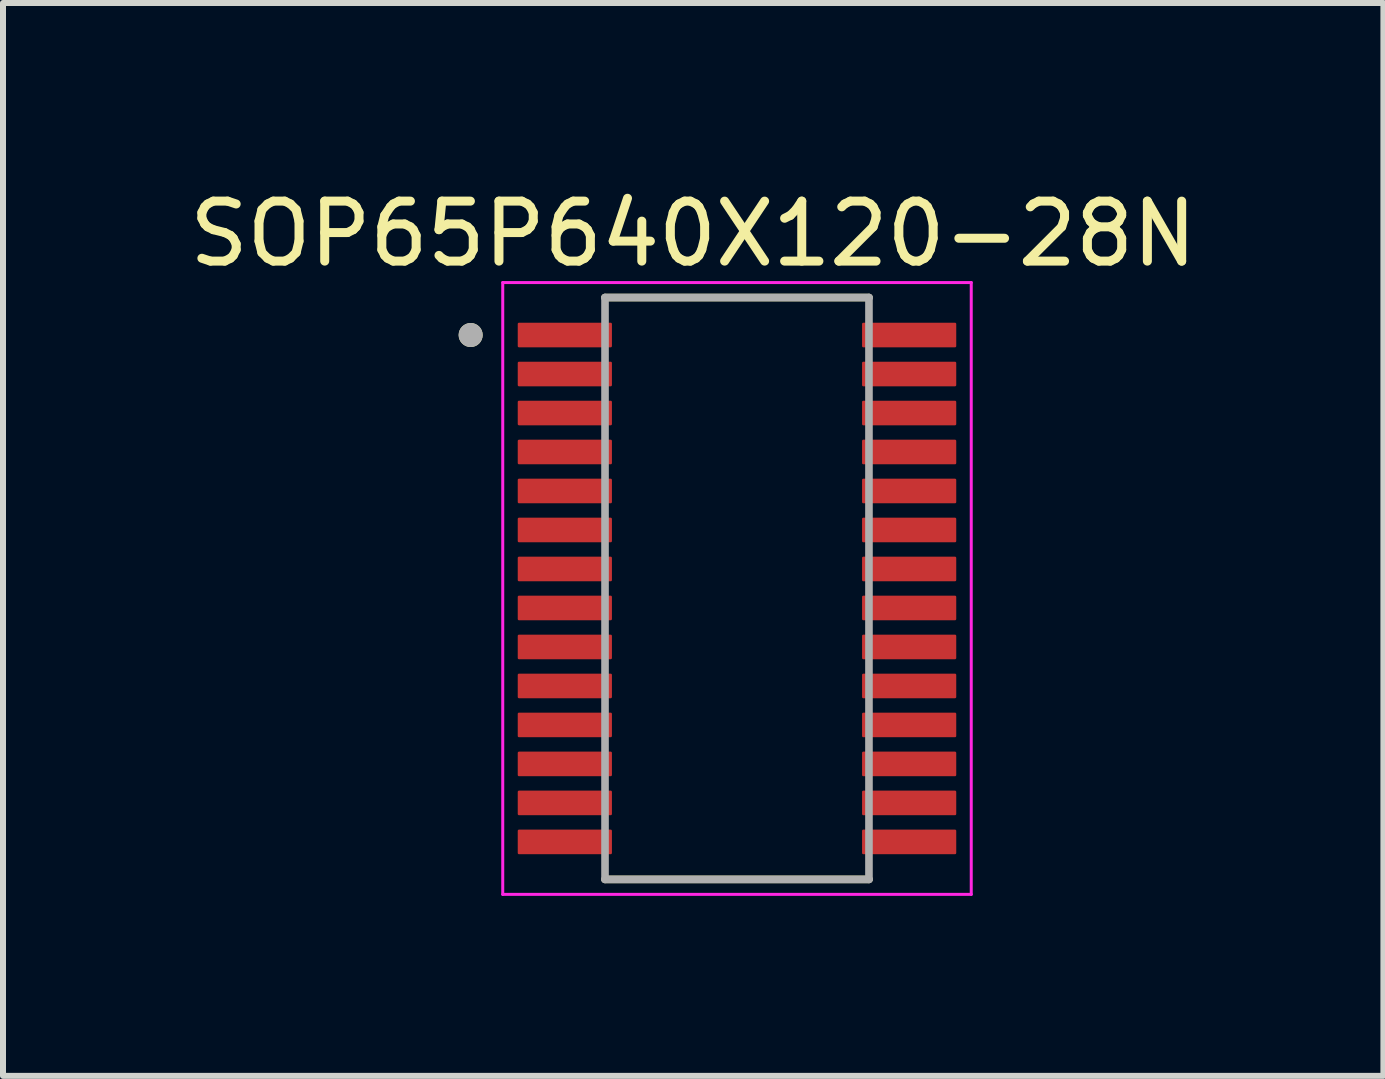
<source format=kicad_pcb>
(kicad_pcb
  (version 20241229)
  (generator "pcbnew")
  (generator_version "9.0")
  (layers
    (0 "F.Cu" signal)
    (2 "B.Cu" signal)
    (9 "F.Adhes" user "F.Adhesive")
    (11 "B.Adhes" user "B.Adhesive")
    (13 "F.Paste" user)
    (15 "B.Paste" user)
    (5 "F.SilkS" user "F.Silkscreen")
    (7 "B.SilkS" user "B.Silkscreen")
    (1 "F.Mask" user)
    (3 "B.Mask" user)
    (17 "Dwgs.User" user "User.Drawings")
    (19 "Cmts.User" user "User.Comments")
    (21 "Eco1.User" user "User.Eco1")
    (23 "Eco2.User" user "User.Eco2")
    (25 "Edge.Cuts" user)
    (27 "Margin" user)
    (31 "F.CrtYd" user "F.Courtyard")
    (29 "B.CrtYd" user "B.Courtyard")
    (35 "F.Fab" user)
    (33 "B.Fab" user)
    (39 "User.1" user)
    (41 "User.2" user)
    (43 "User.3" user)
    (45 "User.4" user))
  (footprint "SOP65P640X120-28N"
    (layer "F.Cu")
    (at 9.236 6.76)
    (property "Reference" "SOP65P640X120-28N" (at -0.73 -5.912 0) (layer "F.SilkS") (effects (font (size 1 1) (thickness 0.15))))
    (attr smd)
    (fp_line (start -2.2 -4.85) (end 2.2 -4.85) (stroke (width 0.127) (type solid)) (layer "F.SilkS"))
    (fp_line (start -2.2 4.85) (end 2.2 4.85) (stroke (width 0.127) (type solid)) (layer "F.SilkS"))
    (fp_circle (center -4.44 -4.225) (end -4.34 -4.225) (stroke (width 0.2) (type solid)) (fill no) (layer "F.SilkS"))
    (fp_line (start -3.905 -5.1) (end -3.905 5.1) (stroke (width 0.05) (type solid)) (layer "F.CrtYd"))
    (fp_line (start -3.905 -5.1) (end 3.905 -5.1) (stroke (width 0.05) (type solid)) (layer "F.CrtYd"))
    (fp_line (start -3.905 5.1) (end 3.905 5.1) (stroke (width 0.05) (type solid)) (layer "F.CrtYd"))
    (fp_line (start 3.905 -5.1) (end 3.905 5.1) (stroke (width 0.05) (type solid)) (layer "F.CrtYd"))
    (fp_line (start -2.2 -4.85) (end -2.2 4.85) (stroke (width 0.127) (type solid)) (layer "F.Fab"))
    (fp_line (start -2.2 -4.85) (end 2.2 -4.85) (stroke (width 0.127) (type solid)) (layer "F.Fab"))
    (fp_line (start -2.2 4.85) (end 2.2 4.85) (stroke (width 0.127) (type solid)) (layer "F.Fab"))
    (fp_line (start 2.2 -4.85) (end 2.2 4.85) (stroke (width 0.127) (type solid)) (layer "F.Fab"))
    (fp_circle (center -4.44 -4.225) (end -4.34 -4.225) (stroke (width 0.2) (type solid)) (fill no) (layer "F.Fab"))
    (pad "1" smd roundrect (at -2.87 -4.225) (size 1.57 0.41) (layers "F.Cu" "F.Mask" "F.Paste") (roundrect_rratio 0.05))
    (pad "2" smd roundrect (at -2.87 -3.575) (size 1.57 0.41) (layers "F.Cu" "F.Mask" "F.Paste") (roundrect_rratio 0.05))
    (pad "3" smd roundrect (at -2.87 -2.925) (size 1.57 0.41) (layers "F.Cu" "F.Mask" "F.Paste") (roundrect_rratio 0.05))
    (pad "4" smd roundrect (at -2.87 -2.275) (size 1.57 0.41) (layers "F.Cu" "F.Mask" "F.Paste") (roundrect_rratio 0.05))
    (pad "5" smd roundrect (at -2.87 -1.625) (size 1.57 0.41) (layers "F.Cu" "F.Mask" "F.Paste") (roundrect_rratio 0.05))
    (pad "6" smd roundrect (at -2.87 -0.975) (size 1.57 0.41) (layers "F.Cu" "F.Mask" "F.Paste") (roundrect_rratio 0.05))
    (pad "7" smd roundrect (at -2.87 -0.325) (size 1.57 0.41) (layers "F.Cu" "F.Mask" "F.Paste") (roundrect_rratio 0.05))
    (pad "8" smd roundrect (at -2.87 0.325) (size 1.57 0.41) (layers "F.Cu" "F.Mask" "F.Paste") (roundrect_rratio 0.05))
    (pad "9" smd roundrect (at -2.87 0.975) (size 1.57 0.41) (layers "F.Cu" "F.Mask" "F.Paste") (roundrect_rratio 0.05))
    (pad "10" smd roundrect (at -2.87 1.625) (size 1.57 0.41) (layers "F.Cu" "F.Mask" "F.Paste") (roundrect_rratio 0.05))
    (pad "11" smd roundrect (at -2.87 2.275) (size 1.57 0.41) (layers "F.Cu" "F.Mask" "F.Paste") (roundrect_rratio 0.05))
    (pad "12" smd roundrect (at -2.87 2.925) (size 1.57 0.41) (layers "F.Cu" "F.Mask" "F.Paste") (roundrect_rratio 0.05))
    (pad "13" smd roundrect (at -2.87 3.575) (size 1.57 0.41) (layers "F.Cu" "F.Mask" "F.Paste") (roundrect_rratio 0.05))
    (pad "14" smd roundrect (at -2.87 4.225) (size 1.57 0.41) (layers "F.Cu" "F.Mask" "F.Paste") (roundrect_rratio 0.05))
    (pad "15" smd roundrect (at 2.87 4.225) (size 1.57 0.41) (layers "F.Cu" "F.Mask" "F.Paste") (roundrect_rratio 0.05))
    (pad "16" smd roundrect (at 2.87 3.575) (size 1.57 0.41) (layers "F.Cu" "F.Mask" "F.Paste") (roundrect_rratio 0.05))
    (pad "17" smd roundrect (at 2.87 2.925) (size 1.57 0.41) (layers "F.Cu" "F.Mask" "F.Paste") (roundrect_rratio 0.05))
    (pad "18" smd roundrect (at 2.87 2.275) (size 1.57 0.41) (layers "F.Cu" "F.Mask" "F.Paste") (roundrect_rratio 0.05))
    (pad "19" smd roundrect (at 2.87 1.625) (size 1.57 0.41) (layers "F.Cu" "F.Mask" "F.Paste") (roundrect_rratio 0.05))
    (pad "20" smd roundrect (at 2.87 0.975) (size 1.57 0.41) (layers "F.Cu" "F.Mask" "F.Paste") (roundrect_rratio 0.05))
    (pad "21" smd roundrect (at 2.87 0.325) (size 1.57 0.41) (layers "F.Cu" "F.Mask" "F.Paste") (roundrect_rratio 0.05))
    (pad "22" smd roundrect (at 2.87 -0.325) (size 1.57 0.41) (layers "F.Cu" "F.Mask" "F.Paste") (roundrect_rratio 0.05))
    (pad "23" smd roundrect (at 2.87 -0.975) (size 1.57 0.41) (layers "F.Cu" "F.Mask" "F.Paste") (roundrect_rratio 0.05))
    (pad "24" smd roundrect (at 2.87 -1.625) (size 1.57 0.41) (layers "F.Cu" "F.Mask" "F.Paste") (roundrect_rratio 0.05))
    (pad "25" smd roundrect (at 2.87 -2.275) (size 1.57 0.41) (layers "F.Cu" "F.Mask" "F.Paste") (roundrect_rratio 0.05))
    (pad "26" smd roundrect (at 2.87 -2.925) (size 1.57 0.41) (layers "F.Cu" "F.Mask" "F.Paste") (roundrect_rratio 0.05))
    (pad "27" smd roundrect (at 2.87 -3.575) (size 1.57 0.41) (layers "F.Cu" "F.Mask" "F.Paste") (roundrect_rratio 0.05))
    (pad "28" smd roundrect (at 2.87 -4.225) (size 1.57 0.41) (layers "F.Cu" "F.Mask" "F.Paste") (roundrect_rratio 0.05)))
  (gr_rect
    (start -3 -3)
    (end 20.012 14.885)
    (stroke (width 0.1) (type default))
    (fill no)
    (layer "Edge.Cuts")))
</source>
